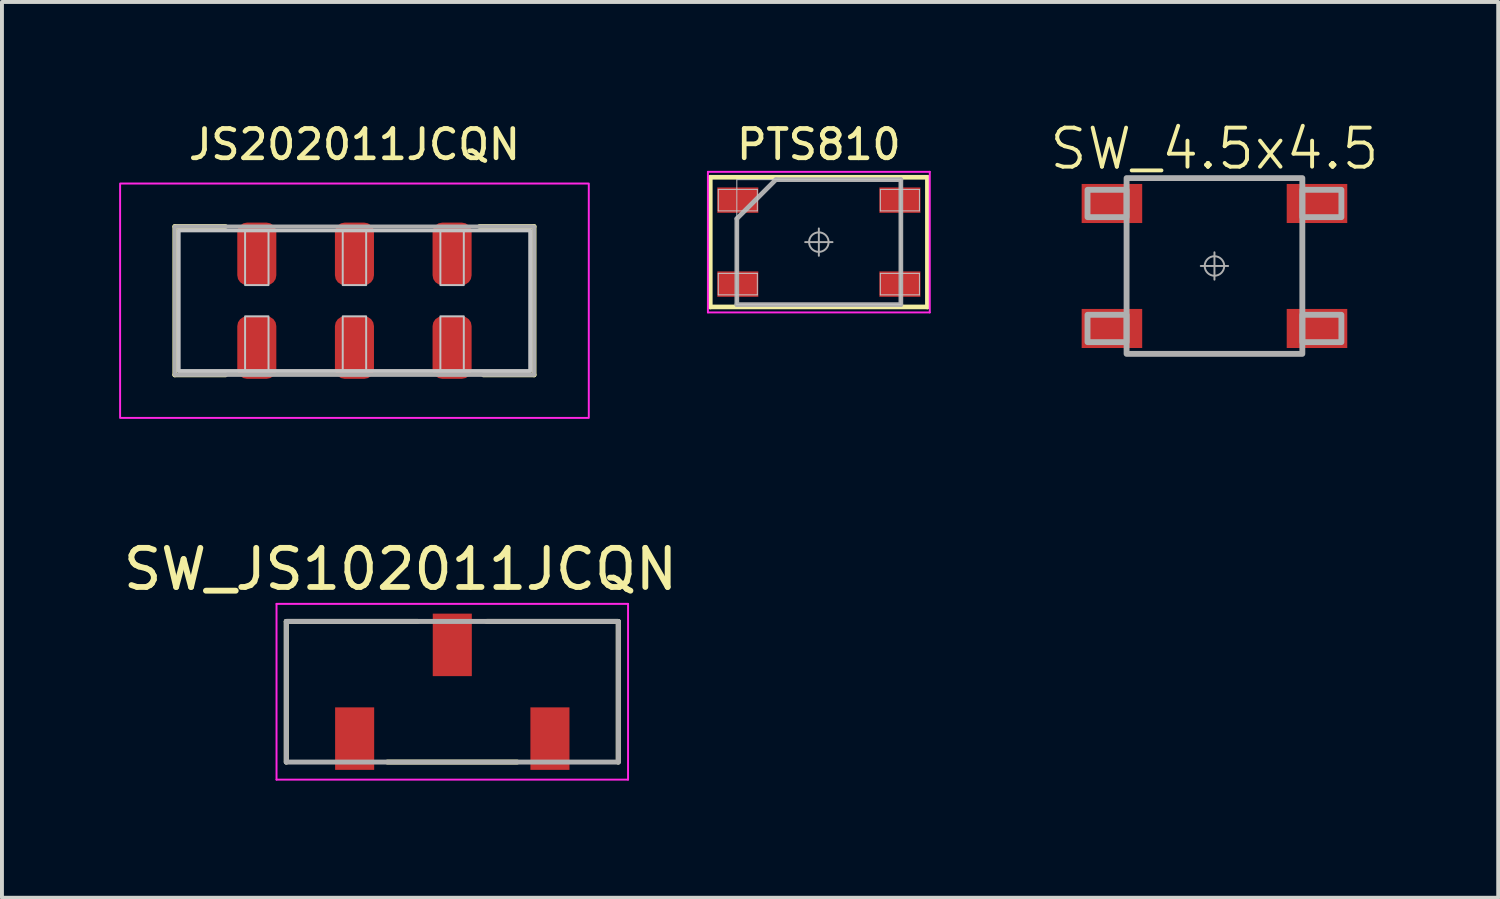
<source format=kicad_pcb>
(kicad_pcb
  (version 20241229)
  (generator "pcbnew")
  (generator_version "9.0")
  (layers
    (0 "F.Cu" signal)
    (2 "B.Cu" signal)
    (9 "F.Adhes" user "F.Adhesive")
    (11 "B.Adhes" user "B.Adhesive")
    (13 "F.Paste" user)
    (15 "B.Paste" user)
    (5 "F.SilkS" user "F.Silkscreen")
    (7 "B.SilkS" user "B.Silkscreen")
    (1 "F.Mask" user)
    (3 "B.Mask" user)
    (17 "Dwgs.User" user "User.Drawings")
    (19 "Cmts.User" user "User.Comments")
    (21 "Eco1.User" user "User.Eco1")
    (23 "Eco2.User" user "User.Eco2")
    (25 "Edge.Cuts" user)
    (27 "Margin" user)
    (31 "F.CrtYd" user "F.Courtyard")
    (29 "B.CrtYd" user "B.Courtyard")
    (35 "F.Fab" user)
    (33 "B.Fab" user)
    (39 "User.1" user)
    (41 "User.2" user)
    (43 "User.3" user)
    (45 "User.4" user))
  (footprint "SW_JS102011JCQN"
    (layer "F.Cu")
    (at 8.53 14.661)
    (property "Reference" "SW_JS102011JCQN" (at -1.326 -3.138 0) (layer "F.SilkS") (effects (font (size 1.001 1.001) (thickness 0.15))))
    (attr smd)
    (fp_line (start -4.25 -1.8) (end -0.88 -1.8) (stroke (width 0.127) (type solid)) (layer "F.SilkS"))
    (fp_line (start -4.25 1.8) (end -4.25 -1.8) (stroke (width 0.127) (type solid)) (layer "F.SilkS"))
    (fp_line (start 0.88 -1.8) (end 4.25 -1.8) (stroke (width 0.127) (type solid)) (layer "F.SilkS"))
    (fp_line (start 1.66 1.8) (end -1.66 1.8) (stroke (width 0.127) (type solid)) (layer "F.SilkS"))
    (fp_line (start 4.25 -1.8) (end 4.25 1.8) (stroke (width 0.127) (type solid)) (layer "F.SilkS"))
    (fp_line (start -4.5 -2.25) (end 4.5 -2.25) (stroke (width 0.05) (type solid)) (layer "F.CrtYd"))
    (fp_line (start -4.5 2.25) (end -4.5 -2.25) (stroke (width 0.05) (type solid)) (layer "F.CrtYd"))
    (fp_line (start 4.5 -2.25) (end 4.5 2.25) (stroke (width 0.05) (type solid)) (layer "F.CrtYd"))
    (fp_line (start 4.5 2.25) (end -4.5 2.25) (stroke (width 0.05) (type solid)) (layer "F.CrtYd"))
    (fp_line (start -4.25 -1.8) (end 4.25 -1.8) (stroke (width 0.127) (type solid)) (layer "F.Fab"))
    (fp_line (start -4.25 1.8) (end -4.25 -1.8) (stroke (width 0.127) (type solid)) (layer "F.Fab"))
    (fp_line (start 4.25 -1.8) (end 4.25 1.8) (stroke (width 0.127) (type solid)) (layer "F.Fab"))
    (fp_line (start 4.25 1.8) (end -4.25 1.8) (stroke (width 0.127) (type solid)) (layer "F.Fab"))
    (pad "1" smd rect (at -2.5 1.2) (size 1 1.6) (layers "F.Cu" "F.Mask" "F.Paste"))
    (pad "2" smd rect (at 0 -1.2) (size 1 1.6) (layers "F.Cu" "F.Mask" "F.Paste"))
    (pad "3" smd rect (at 2.5 1.2) (size 1 1.6) (layers "F.Cu" "F.Mask" "F.Paste")))
  (footprint "SW_4.5x4.5"
    (layer "F.Cu")
    (at 28.044 3.76)
    (property "Reference" "SW_4.5x4.5" (at 0 -3 0) (unlocked yes) (layer "F.SilkS") (effects (font (size 1 1) (thickness 0.1))))
    (attr smd)
    (fp_line (start -0.35 0) (end 0.35 0) (stroke (width 0.05) (type solid)) (layer "F.Fab"))
    (fp_line (start 0 -0.35) (end 0 0.35) (stroke (width 0.05) (type solid)) (layer "F.Fab"))
    (fp_rect (start -3.25 -1.95) (end -2.25 -1.25) (stroke (width 0.15) (type default)) (fill no) (layer "F.Fab"))
    (fp_rect (start -3.25 1.25) (end -2.25 1.95) (stroke (width 0.15) (type default)) (fill no) (layer "F.Fab"))
    (fp_rect (start -2.25 -2.25) (end 2.25 2.25) (stroke (width 0.15) (type default)) (fill no) (layer "F.Fab"))
    (fp_rect (start 2.25 -1.95) (end 3.25 -1.25) (stroke (width 0.15) (type default)) (fill no) (layer "F.Fab"))
    (fp_rect (start 2.25 1.25) (end 3.25 1.95) (stroke (width 0.15) (type default)) (fill no) (layer "F.Fab"))
    (fp_circle (center 0 0) (end 0.25 0) (stroke (width 0.05) (type solid)) (fill no) (layer "F.Fab"))
    (pad "1" smd rect (at -2.625 -1.6) (size 1.55 1) (layers "F.Cu" "F.Mask" "F.Paste"))
    (pad "2" smd rect (at 2.625 -1.6) (size 1.55 1) (layers "F.Cu" "F.Mask" "F.Paste"))
    (pad "3" smd rect (at -2.625 1.6) (size 1.55 1) (layers "F.Cu" "F.Mask" "F.Paste"))
    (pad "4" smd rect (at 2.625 1.6) (size 1.55 1) (layers "F.Cu" "F.Mask" "F.Paste")))
  (footprint "JS202011JCQN"
    (layer "F.Cu")
    (at 6.025 4.649)
    (property "Reference" "JS202011JCQN" (at 0 -4 0) (unlocked yes) (layer "F.SilkS") (effects (font (size 0.75 0.75) (thickness 0.12))))
    (attr smd)
    (fp_line (start -4.6 -1.9) (end -4.6 1.9) (stroke (width 0.12) (type solid)) (layer "F.SilkS"))
    (fp_line (start -4.6 -1.9) (end -3.3 -1.9) (stroke (width 0.12) (type solid)) (layer "F.SilkS"))
    (fp_line (start -4.6 1.9) (end -3.3 1.9) (stroke (width 0.12) (type solid)) (layer "F.SilkS"))
    (fp_line (start 4.6 -1.9) (end 3.2 -1.9) (stroke (width 0.12) (type solid)) (layer "F.SilkS"))
    (fp_line (start 4.6 -1.9) (end 4.6 1.9) (stroke (width 0.12) (type solid)) (layer "F.SilkS"))
    (fp_line (start 4.6 1.9) (end 3.3 1.9) (stroke (width 0.12) (type solid)) (layer "F.SilkS"))
    (fp_rect (start -4.5 -1.8) (end 4.5 1.8) (stroke (width 0.1) (type solid)) (fill no) (layer "Dwgs.User"))
    (fp_rect (start -2.8 -1.8) (end -2.2 -0.4) (stroke (width 0.05) (type solid)) (fill no) (layer "Dwgs.User"))
    (fp_rect (start -2.8 0.4) (end -2.2 1.8) (stroke (width 0.05) (type solid)) (fill no) (layer "Dwgs.User"))
    (fp_rect (start -0.3 -1.8) (end 0.3 -0.4) (stroke (width 0.05) (type solid)) (fill no) (layer "Dwgs.User"))
    (fp_rect (start -0.3 0.4) (end 0.3 1.8) (stroke (width 0.05) (type solid)) (fill no) (layer "Dwgs.User"))
    (fp_rect (start 2.2 -1.8) (end 2.8 -0.4) (stroke (width 0.05) (type solid)) (fill no) (layer "Dwgs.User"))
    (fp_rect (start 2.2 0.4) (end 2.8 1.8) (stroke (width 0.05) (type solid)) (fill no) (layer "Dwgs.User"))
    (fp_rect (start -6 -3) (end 6 3) (stroke (width 0.05) (type default)) (fill no) (layer "F.CrtYd"))
    (fp_rect (start -4.6 -1.9) (end 4.6 1.9) (stroke (width 0.1) (type default)) (fill no) (layer "F.Fab"))
    (pad "1" smd roundrect (at -2.5 -1.2) (size 1 1.6) (layers "F.Cu" "F.Mask" "F.Paste") (roundrect_rratio 0.25))
    (pad "2" smd roundrect (at 0 -1.2) (size 1 1.6) (layers "F.Cu" "F.Mask" "F.Paste") (roundrect_rratio 0.25))
    (pad "3" smd roundrect (at 2.5 -1.2) (size 1 1.6) (layers "F.Cu" "F.Mask" "F.Paste") (roundrect_rratio 0.25))
    (pad "4" smd roundrect (at -2.5 1.2) (size 1 1.6) (layers "F.Cu" "F.Mask" "F.Paste") (roundrect_rratio 0.25))
    (pad "5" smd roundrect (at 0 1.2) (size 1 1.6) (layers "F.Cu" "F.Mask" "F.Paste") (roundrect_rratio 0.25))
    (pad "6" smd roundrect (at 2.5 1.2) (size 1 1.6) (layers "F.Cu" "F.Mask" "F.Paste") (roundrect_rratio 0.25)))
  (footprint "PTS810"
    (layer "F.Cu")
    (at 17.915 3.149)
    (property "Reference" "PTS810" (at 0 -2.5 0) (layer "F.SilkS") (effects (font (size 0.75 0.75) (thickness 0.12) (bold yes))))
    (attr smd)
    (fp_line (start -2.78 -1.66) (end 2.78 -1.66) (stroke (width 0.12) (type solid)) (layer "F.SilkS"))
    (fp_line (start -2.78 1.66) (end -2.78 -1.66) (stroke (width 0.12) (type solid)) (layer "F.SilkS"))
    (fp_line (start 2.78 -1.66) (end 2.78 1.66) (stroke (width 0.12) (type solid)) (layer "F.SilkS"))
    (fp_line (start 2.78 1.66) (end -2.78 1.66) (stroke (width 0.12) (type solid)) (layer "F.SilkS"))
    (fp_line (start -2.575 -1.35) (end -1.575 -1.35) (stroke (width 0.025) (type solid)) (layer "Dwgs.User"))
    (fp_line (start -2.575 -0.8) (end -2.575 -1.35) (stroke (width 0.025) (type solid)) (layer "Dwgs.User"))
    (fp_line (start -2.575 0.8) (end -1.575 0.8) (stroke (width 0.025) (type solid)) (layer "Dwgs.User"))
    (fp_line (start -2.575 1.35) (end -2.575 0.8) (stroke (width 0.025) (type solid)) (layer "Dwgs.User"))
    (fp_line (start -2.1 -1.6) (end 2.1 -1.6) (stroke (width 0.025) (type solid)) (layer "Dwgs.User"))
    (fp_line (start -2.1 1.6) (end -2.1 -1.6) (stroke (width 0.025) (type solid)) (layer "Dwgs.User"))
    (fp_line (start -1.575 -1.35) (end -1.575 -0.8) (stroke (width 0.025) (type solid)) (layer "Dwgs.User"))
    (fp_line (start -1.575 -0.8) (end -2.575 -0.8) (stroke (width 0.025) (type solid)) (layer "Dwgs.User"))
    (fp_line (start -1.575 0.8) (end -1.575 1.35) (stroke (width 0.025) (type solid)) (layer "Dwgs.User"))
    (fp_line (start -1.575 1.35) (end -2.575 1.35) (stroke (width 0.025) (type solid)) (layer "Dwgs.User"))
    (fp_line (start 1.575 -1.35) (end 2.575 -1.35) (stroke (width 0.025) (type solid)) (layer "Dwgs.User"))
    (fp_line (start 1.575 -0.8) (end 1.575 -1.35) (stroke (width 0.025) (type solid)) (layer "Dwgs.User"))
    (fp_line (start 1.575 0.8) (end 2.575 0.8) (stroke (width 0.025) (type solid)) (layer "Dwgs.User"))
    (fp_line (start 1.575 1.35) (end 1.575 0.8) (stroke (width 0.025) (type solid)) (layer "Dwgs.User"))
    (fp_line (start 2.1 -1.6) (end 2.1 1.6) (stroke (width 0.025) (type solid)) (layer "Dwgs.User"))
    (fp_line (start 2.1 1.6) (end -2.1 1.6) (stroke (width 0.025) (type solid)) (layer "Dwgs.User"))
    (fp_line (start 2.575 -1.35) (end 2.575 -0.8) (stroke (width 0.025) (type solid)) (layer "Dwgs.User"))
    (fp_line (start 2.575 -0.8) (end 1.575 -0.8) (stroke (width 0.025) (type solid)) (layer "Dwgs.User"))
    (fp_line (start 2.575 0.8) (end 2.575 1.35) (stroke (width 0.025) (type solid)) (layer "Dwgs.User"))
    (fp_line (start 2.575 1.35) (end 1.575 1.35) (stroke (width 0.025) (type solid)) (layer "Dwgs.User"))
    (fp_line (start -2.84 -1.8) (end -2.84 1.8) (stroke (width 0.05) (type solid)) (layer "F.CrtYd"))
    (fp_line (start -2.84 1.8) (end 2.84 1.8) (stroke (width 0.05) (type solid)) (layer "F.CrtYd"))
    (fp_line (start 2.84 -1.8) (end -2.84 -1.8) (stroke (width 0.05) (type solid)) (layer "F.CrtYd"))
    (fp_line (start 2.84 1.8) (end 2.84 -1.8) (stroke (width 0.05) (type solid)) (layer "F.CrtYd"))
    (fp_line (start -2.1 -0.6) (end -1.1 -1.6) (stroke (width 0.12) (type solid)) (layer "F.Fab"))
    (fp_line (start -2.1 1.6) (end -2.1 -0.6) (stroke (width 0.12) (type solid)) (layer "F.Fab"))
    (fp_line (start -1.1 -1.6) (end 2.1 -1.6) (stroke (width 0.12) (type solid)) (layer "F.Fab"))
    (fp_line (start 0 -0.35) (end 0 0.35) (stroke (width 0.05) (type solid)) (layer "F.Fab"))
    (fp_line (start 0.35 0) (end -0.35 0) (stroke (width 0.05) (type solid)) (layer "F.Fab"))
    (fp_line (start 2.1 -1.6) (end 2.1 1.6) (stroke (width 0.12) (type solid)) (layer "F.Fab"))
    (fp_line (start 2.1 1.6) (end -2.1 1.6) (stroke (width 0.12) (type solid)) (layer "F.Fab"))
    (fp_circle (center 0 0) (end 0.25 0) (stroke (width 0.05) (type solid)) (fill no) (layer "F.Fab"))
    (pad "1" smd rect (at -2.075 -1.075) (size 1.05 0.65) (layers "F.Cu" "F.Mask" "F.Paste"))
    (pad "2" smd rect (at 2.075 -1.075) (size 1.05 0.65) (layers "F.Cu" "F.Mask" "F.Paste"))
    (pad "3" smd rect (at -2.075 1.075) (size 1.05 0.65) (layers "F.Cu" "F.Mask" "F.Paste"))
    (pad "4" smd rect (at 2.075 1.075) (size 1.05 0.65) (layers "F.Cu" "F.Mask" "F.Paste")))
  (gr_rect
    (start -3 -3)
    (end 35.309 19.936)
    (stroke (width 0.1) (type default))
    (fill no)
    (layer "Edge.Cuts")))
</source>
